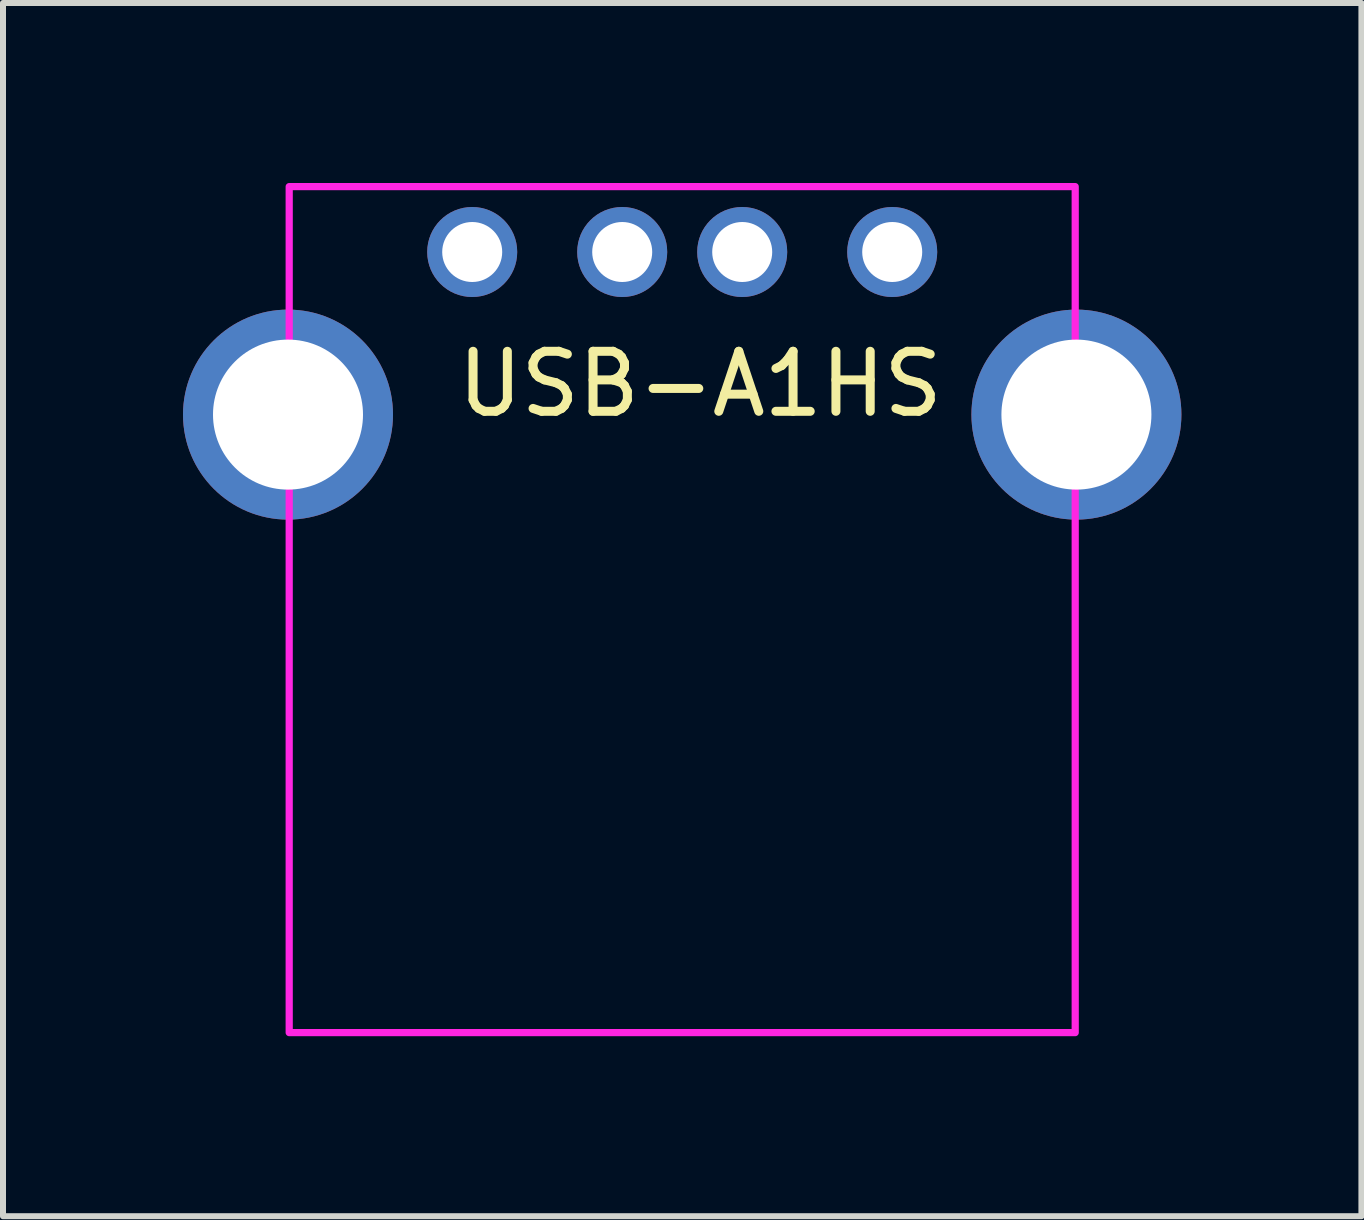
<source format=kicad_pcb>
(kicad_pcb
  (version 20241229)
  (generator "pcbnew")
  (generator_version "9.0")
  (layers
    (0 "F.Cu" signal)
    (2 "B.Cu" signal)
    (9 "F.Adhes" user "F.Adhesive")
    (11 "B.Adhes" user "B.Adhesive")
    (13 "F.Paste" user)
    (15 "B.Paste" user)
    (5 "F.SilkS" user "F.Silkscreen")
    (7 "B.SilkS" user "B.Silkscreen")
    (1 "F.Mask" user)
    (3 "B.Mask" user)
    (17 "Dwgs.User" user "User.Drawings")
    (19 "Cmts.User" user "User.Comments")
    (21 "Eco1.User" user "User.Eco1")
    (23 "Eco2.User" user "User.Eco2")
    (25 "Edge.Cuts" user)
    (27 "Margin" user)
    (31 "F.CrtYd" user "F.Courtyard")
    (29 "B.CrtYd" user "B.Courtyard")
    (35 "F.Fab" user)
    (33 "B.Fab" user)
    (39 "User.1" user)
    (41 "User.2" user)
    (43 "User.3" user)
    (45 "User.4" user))
  (footprint "USB-A1HS"
    (layer "F.Cu")
    (at 8.32 1.15)
    (property "Reference" "USB-A1HS" (at 0.3 2.2 0) (unlocked yes) (layer "F.SilkS") (effects (font (size 1 1) (thickness 0.15))))
    (attr smd)
    (fp_rect (start -6.55 -1.09) (end 6.55 13.01) (stroke (width 0.12) (type solid)) (fill no) (layer "F.CrtYd"))
    (pad "1" thru_hole circle (at -3.5 0) (size 1.5 1.5) (drill 1) (layers "*.Cu" "*.Mask"))
    (pad "2" thru_hole circle (at -1 0) (size 1.5 1.5) (drill 1) (layers "*.Cu" "*.Mask"))
    (pad "3" thru_hole circle (at 1 0) (size 1.5 1.5) (drill 1) (layers "*.Cu" "*.Mask"))
    (pad "4" thru_hole circle (at 3.5 0) (size 1.5 1.5) (drill 1) (layers "*.Cu" "*.Mask"))
    (pad "5" thru_hole circle (at -6.57 2.71) (size 3.5 3.5) (drill 2.5) (layers "*.Cu" "*.Mask"))
    (pad "5" thru_hole circle (at 6.57 2.71) (size 3.5 3.5) (drill 2.5) (layers "*.Cu" "*.Mask")))
  (gr_rect
    (start -3 -3)
    (end 19.64 17.22)
    (stroke (width 0.1) (type default))
    (fill no)
    (layer "Edge.Cuts")))
</source>
